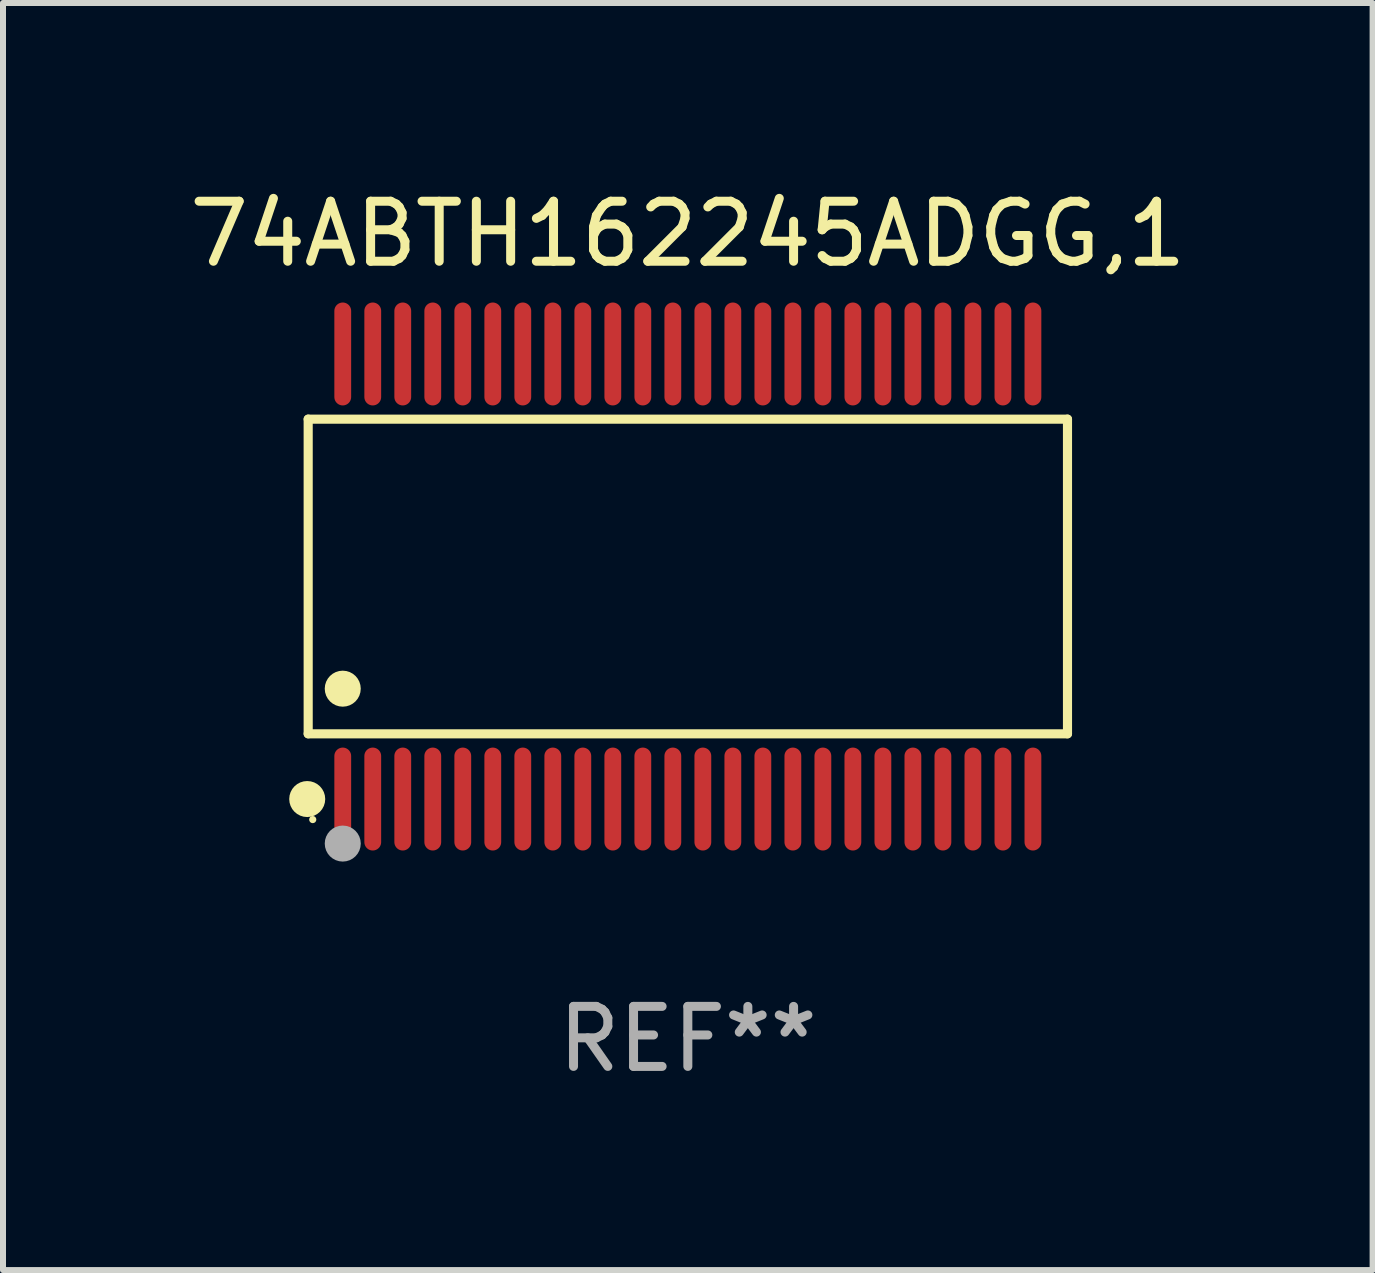
<source format=kicad_pcb>
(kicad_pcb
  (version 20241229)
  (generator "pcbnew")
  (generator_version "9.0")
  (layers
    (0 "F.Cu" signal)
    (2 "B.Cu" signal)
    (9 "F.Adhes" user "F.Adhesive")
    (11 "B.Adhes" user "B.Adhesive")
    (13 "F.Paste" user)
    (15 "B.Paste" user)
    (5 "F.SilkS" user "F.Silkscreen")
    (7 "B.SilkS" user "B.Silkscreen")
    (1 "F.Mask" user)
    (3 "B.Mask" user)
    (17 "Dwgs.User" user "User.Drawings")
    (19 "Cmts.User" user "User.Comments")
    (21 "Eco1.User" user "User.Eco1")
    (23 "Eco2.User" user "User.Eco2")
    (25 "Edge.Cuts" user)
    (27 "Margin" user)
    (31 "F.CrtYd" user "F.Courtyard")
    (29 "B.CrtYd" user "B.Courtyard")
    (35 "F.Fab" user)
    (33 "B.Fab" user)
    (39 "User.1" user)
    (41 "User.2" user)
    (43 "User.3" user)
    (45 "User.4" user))
  (footprint "74ABTH162245ADGG,1"
    (layer "F.Cu")
    (at 8.411 6.556)
    (property "Reference" "74ABTH162245ADGG,1" (at 0 -5.708 0) (layer "F.SilkS") (effects (font (size 1 1) (thickness 0.15))))
    (attr through_hole)
    (fp_line (start -6.326 -2.622) (end 6.326 -2.622) (stroke (width 0.152) (type solid)) (layer "F.SilkS"))
    (fp_line (start -6.326 2.621) (end -6.326 -2.622) (stroke (width 0.152) (type solid)) (layer "F.SilkS"))
    (fp_line (start 6.326 -2.622) (end 6.326 2.621) (stroke (width 0.152) (type solid)) (layer "F.SilkS"))
    (fp_line (start 6.326 2.621) (end -6.326 2.621) (stroke (width 0.152) (type solid)) (layer "F.SilkS"))
    (fp_circle (center -6.342 3.708) (end -6.192 3.708) (stroke (width 0.3) (type solid)) (fill no) (layer "F.SilkS"))
    (fp_circle (center -6.25 4.05) (end -6.22 4.05) (stroke (width 0.06) (type solid)) (fill no) (layer "F.SilkS"))
    (fp_circle (center -5.75 1.869) (end -5.6 1.869) (stroke (width 0.3) (type solid)) (fill no) (layer "F.SilkS"))
    (fp_circle (center -5.75 4.45) (end -5.6 4.45) (stroke (width 0.3) (type solid)) (fill no) (layer "F.Fab"))
    (fp_text user "REF**" (at 0 7.708 0) (layer "F.Fab") (effects (font (size 1 1) (thickness 0.15))))
    (pad "1" smd oval (at -5.75 3.708) (size 0.28 1.715) (layers "F.Cu" "F.Mask" "F.Paste"))
    (pad "2" smd oval (at -5.25 3.708) (size 0.28 1.715) (layers "F.Cu" "F.Mask" "F.Paste"))
    (pad "3" smd oval (at -4.75 3.708) (size 0.28 1.715) (layers "F.Cu" "F.Mask" "F.Paste"))
    (pad "4" smd oval (at -4.25 3.708) (size 0.28 1.715) (layers "F.Cu" "F.Mask" "F.Paste"))
    (pad "5" smd oval (at -3.75 3.708) (size 0.28 1.715) (layers "F.Cu" "F.Mask" "F.Paste"))
    (pad "6" smd oval (at -3.25 3.708) (size 0.28 1.715) (layers "F.Cu" "F.Mask" "F.Paste"))
    (pad "7" smd oval (at -2.75 3.708) (size 0.28 1.715) (layers "F.Cu" "F.Mask" "F.Paste"))
    (pad "8" smd oval (at -2.25 3.708) (size 0.28 1.715) (layers "F.Cu" "F.Mask" "F.Paste"))
    (pad "9" smd oval (at -1.75 3.708) (size 0.28 1.715) (layers "F.Cu" "F.Mask" "F.Paste"))
    (pad "10" smd oval (at -1.25 3.708) (size 0.28 1.715) (layers "F.Cu" "F.Mask" "F.Paste"))
    (pad "11" smd oval (at -0.75 3.708) (size 0.28 1.715) (layers "F.Cu" "F.Mask" "F.Paste"))
    (pad "12" smd oval (at -0.25 3.708) (size 0.28 1.715) (layers "F.Cu" "F.Mask" "F.Paste"))
    (pad "13" smd oval (at 0.25 3.708) (size 0.28 1.715) (layers "F.Cu" "F.Mask" "F.Paste"))
    (pad "14" smd oval (at 0.75 3.708) (size 0.28 1.715) (layers "F.Cu" "F.Mask" "F.Paste"))
    (pad "15" smd oval (at 1.25 3.708) (size 0.28 1.715) (layers "F.Cu" "F.Mask" "F.Paste"))
    (pad "16" smd oval (at 1.75 3.708) (size 0.28 1.715) (layers "F.Cu" "F.Mask" "F.Paste"))
    (pad "17" smd oval (at 2.25 3.708) (size 0.28 1.715) (layers "F.Cu" "F.Mask" "F.Paste"))
    (pad "18" smd oval (at 2.75 3.708) (size 0.28 1.715) (layers "F.Cu" "F.Mask" "F.Paste"))
    (pad "19" smd oval (at 3.25 3.708) (size 0.28 1.715) (layers "F.Cu" "F.Mask" "F.Paste"))
    (pad "20" smd oval (at 3.75 3.708) (size 0.28 1.715) (layers "F.Cu" "F.Mask" "F.Paste"))
    (pad "21" smd oval (at 4.25 3.708) (size 0.28 1.715) (layers "F.Cu" "F.Mask" "F.Paste"))
    (pad "22" smd oval (at 4.75 3.708) (size 0.28 1.715) (layers "F.Cu" "F.Mask" "F.Paste"))
    (pad "23" smd oval (at 5.25 3.708) (size 0.28 1.715) (layers "F.Cu" "F.Mask" "F.Paste"))
    (pad "24" smd oval (at 5.75 3.708) (size 0.28 1.715) (layers "F.Cu" "F.Mask" "F.Paste"))
    (pad "25" smd oval (at 5.75 -3.708) (size 0.28 1.715) (layers "F.Cu" "F.Mask" "F.Paste"))
    (pad "26" smd oval (at 5.25 -3.708) (size 0.28 1.715) (layers "F.Cu" "F.Mask" "F.Paste"))
    (pad "27" smd oval (at 4.75 -3.708) (size 0.28 1.715) (layers "F.Cu" "F.Mask" "F.Paste"))
    (pad "28" smd oval (at 4.25 -3.708) (size 0.28 1.715) (layers "F.Cu" "F.Mask" "F.Paste"))
    (pad "29" smd oval (at 3.75 -3.708) (size 0.28 1.715) (layers "F.Cu" "F.Mask" "F.Paste"))
    (pad "30" smd oval (at 3.25 -3.708) (size 0.28 1.715) (layers "F.Cu" "F.Mask" "F.Paste"))
    (pad "31" smd oval (at 2.75 -3.708) (size 0.28 1.715) (layers "F.Cu" "F.Mask" "F.Paste"))
    (pad "32" smd oval (at 2.25 -3.708) (size 0.28 1.715) (layers "F.Cu" "F.Mask" "F.Paste"))
    (pad "33" smd oval (at 1.75 -3.708) (size 0.28 1.715) (layers "F.Cu" "F.Mask" "F.Paste"))
    (pad "34" smd oval (at 1.25 -3.708) (size 0.28 1.715) (layers "F.Cu" "F.Mask" "F.Paste"))
    (pad "35" smd oval (at 0.75 -3.708) (size 0.28 1.715) (layers "F.Cu" "F.Mask" "F.Paste"))
    (pad "36" smd oval (at 0.25 -3.708) (size 0.28 1.715) (layers "F.Cu" "F.Mask" "F.Paste"))
    (pad "37" smd oval (at -0.25 -3.708) (size 0.28 1.715) (layers "F.Cu" "F.Mask" "F.Paste"))
    (pad "38" smd oval (at -0.75 -3.708) (size 0.28 1.715) (layers "F.Cu" "F.Mask" "F.Paste"))
    (pad "39" smd oval (at -1.25 -3.708) (size 0.28 1.715) (layers "F.Cu" "F.Mask" "F.Paste"))
    (pad "40" smd oval (at -1.75 -3.708) (size 0.28 1.715) (layers "F.Cu" "F.Mask" "F.Paste"))
    (pad "41" smd oval (at -2.25 -3.708) (size 0.28 1.715) (layers "F.Cu" "F.Mask" "F.Paste"))
    (pad "42" smd oval (at -2.75 -3.708) (size 0.28 1.715) (layers "F.Cu" "F.Mask" "F.Paste"))
    (pad "43" smd oval (at -3.25 -3.708) (size 0.28 1.715) (layers "F.Cu" "F.Mask" "F.Paste"))
    (pad "44" smd oval (at -3.75 -3.708) (size 0.28 1.715) (layers "F.Cu" "F.Mask" "F.Paste"))
    (pad "45" smd oval (at -4.25 -3.708) (size 0.28 1.715) (layers "F.Cu" "F.Mask" "F.Paste"))
    (pad "46" smd oval (at -4.75 -3.708) (size 0.28 1.715) (layers "F.Cu" "F.Mask" "F.Paste"))
    (pad "47" smd oval (at -5.25 -3.708) (size 0.28 1.715) (layers "F.Cu" "F.Mask" "F.Paste"))
    (pad "48" smd oval (at -5.75 -3.708) (size 0.28 1.715) (layers "F.Cu" "F.Mask" "F.Paste")))
  (gr_rect
    (start -3 -3)
    (end 19.821 18.112)
    (stroke (width 0.1) (type default))
    (fill no)
    (layer "Edge.Cuts")))
</source>
